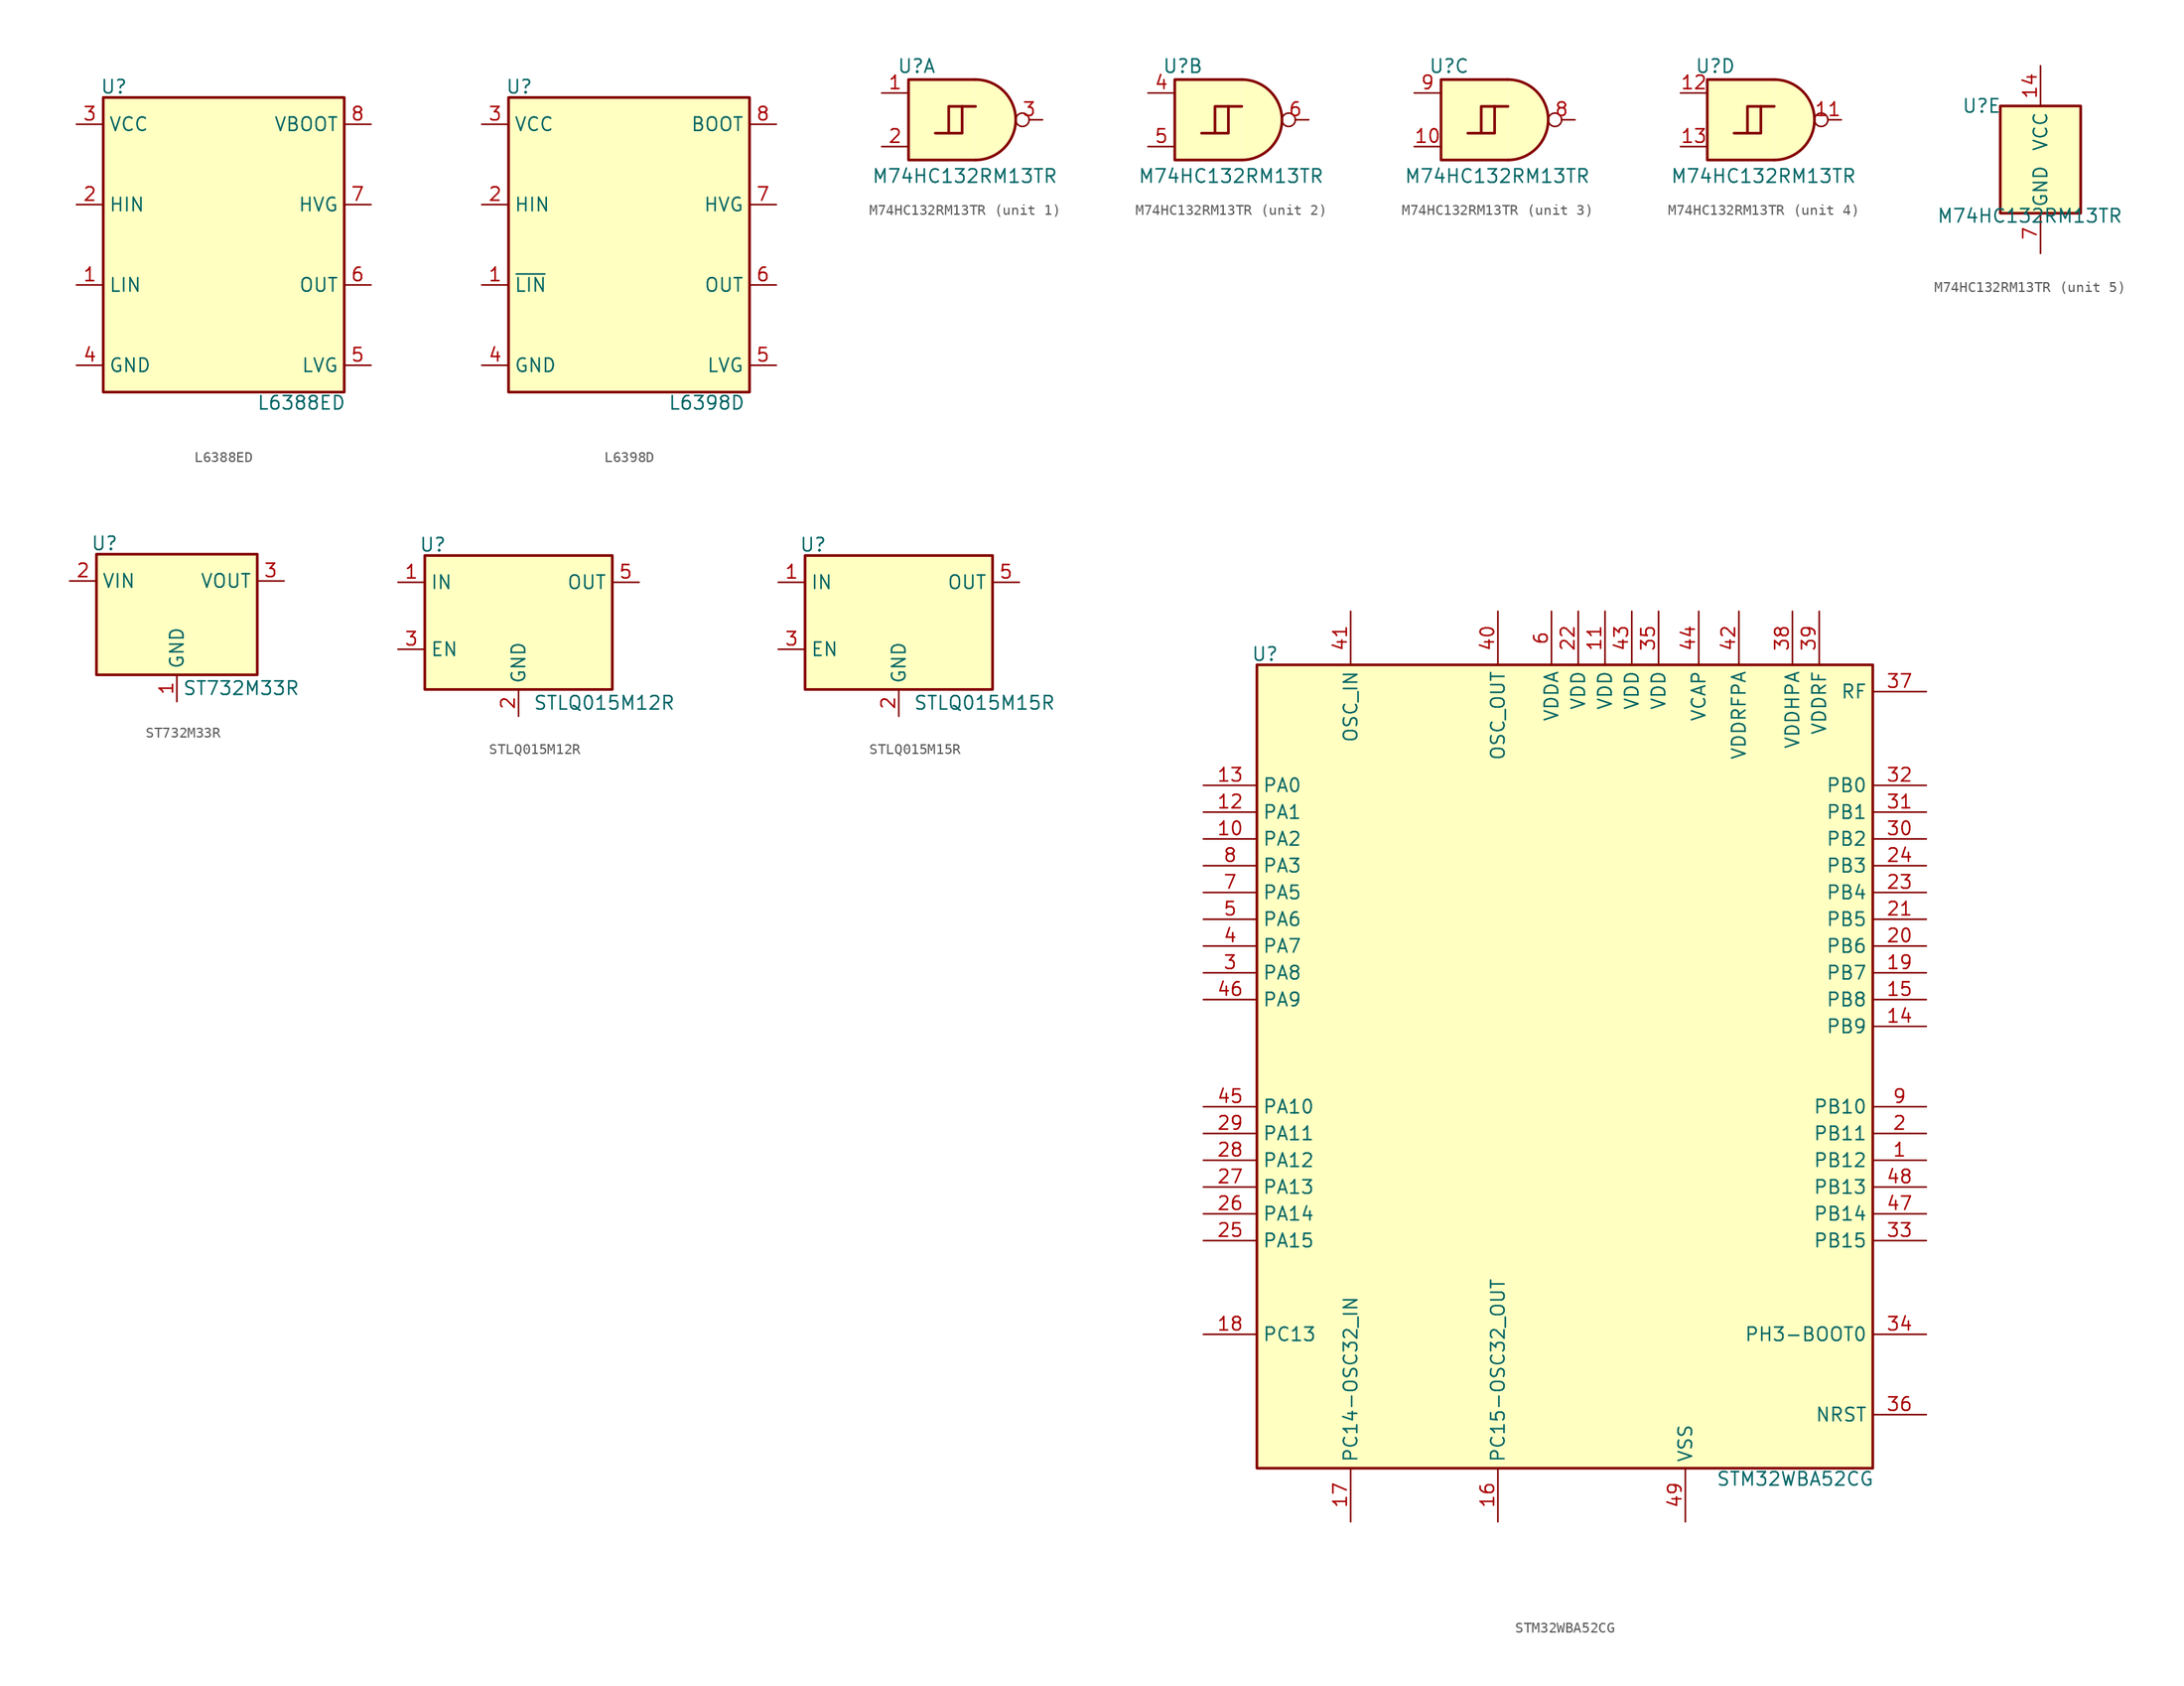
<source format=kicad_sym>
(kicad_symbol_lib
  (version 20241209)
  (generator "kicad_symbol_editor")
  (generator_version "9.0")
  (symbol "L6388ED"
    (property "Reference" "U"
      (at -10.414 14.986 0)
      (effects (font (size 1.27 1.27))))
    (property "Value" "L6388ED"
      (at 7.366 -14.986 0)
      (effects (font (size 1.27 1.27))))
    (symbol "L6388ED_1_1"
      (rectangle (start -11.43 13.97) (end 11.43 -13.97) (stroke (width 0.254) (type default)) (fill (type background)))
      (pin power_in line (at -13.97 11.43 0) (length 2.54) (name "VCC" (effects (font (size 1.27 1.27)))) (number "3" (effects (font (size 1.27 1.27)))))
      (pin input line (at -13.97 3.81 0) (length 2.54) (name "HIN" (effects (font (size 1.27 1.27)))) (number "2" (effects (font (size 1.27 1.27)))))
      (pin input line (at -13.97 -3.81 0) (length 2.54) (name "LIN" (effects (font (size 1.27 1.27)))) (number "1" (effects (font (size 1.27 1.27)))))
      (pin power_in line (at -13.97 -11.43 0) (length 2.54) (name "GND" (effects (font (size 1.27 1.27)))) (number "4" (effects (font (size 1.27 1.27)))))
      (pin passive line (at 13.97 11.43 180) (length 2.54) (name "VBOOT" (effects (font (size 1.27 1.27)))) (number "8" (effects (font (size 1.27 1.27)))))
      (pin output line (at 13.97 3.81 180) (length 2.54) (name "HVG" (effects (font (size 1.27 1.27)))) (number "7" (effects (font (size 1.27 1.27)))))
      (pin passive line (at 13.97 -3.81 180) (length 2.54) (name "OUT" (effects (font (size 1.27 1.27)))) (number "6" (effects (font (size 1.27 1.27)))))
      (pin output line (at 13.97 -11.43 180) (length 2.54) (name "LVG" (effects (font (size 1.27 1.27)))) (number "5" (effects (font (size 1.27 1.27)))))))
  (symbol "L6398D"
    (property "Reference" "U"
      (at -10.414 14.986 0)
      (effects (font (size 1.27 1.27))))
    (property "Value" "L6398D"
      (at 7.366 -14.986 0)
      (effects (font (size 1.27 1.27))))
    (symbol "L6398D_1_1"
      (rectangle (start -11.43 13.97) (end 11.43 -13.97) (stroke (width 0.254) (type default)) (fill (type background)))
      (pin power_in line (at -13.97 11.43 0) (length 2.54) (name "VCC" (effects (font (size 1.27 1.27)))) (number "3" (effects (font (size 1.27 1.27)))))
      (pin input line (at -13.97 3.81 0) (length 2.54) (name "HIN" (effects (font (size 1.27 1.27)))) (number "2" (effects (font (size 1.27 1.27)))))
      (pin input line (at -13.97 -3.81 0) (length 2.54) (name "~{LIN}" (effects (font (size 1.27 1.27)))) (number "1" (effects (font (size 1.27 1.27)))))
      (pin power_in line (at -13.97 -11.43 0) (length 2.54) (name "GND" (effects (font (size 1.27 1.27)))) (number "4" (effects (font (size 1.27 1.27)))))
      (pin passive line (at 13.97 11.43 180) (length 2.54) (name "BOOT" (effects (font (size 1.27 1.27)))) (number "8" (effects (font (size 1.27 1.27)))))
      (pin output line (at 13.97 3.81 180) (length 2.54) (name "HVG" (effects (font (size 1.27 1.27)))) (number "7" (effects (font (size 1.27 1.27)))))
      (pin passive line (at 13.97 -3.81 180) (length 2.54) (name "OUT" (effects (font (size 1.27 1.27)))) (number "6" (effects (font (size 1.27 1.27)))))
      (pin output line (at 13.97 -11.43 180) (length 2.54) (name "LVG" (effects (font (size 1.27 1.27)))) (number "5" (effects (font (size 1.27 1.27)))))))
  (symbol "M74HC132RM13TR"
    (property "Reference" "U"
      (at -5.588 5.08 0)
      (effects (font (size 1.27 1.27))))
    (property "Value" "M74HC132RM13TR"
      (at -1.016 -5.334 0)
      (effects (font (size 1.27 1.27))))
    (property "ki_locked" ""
      (at 0 0 0)
      (effects (font (size 1.27 1.27))))
    (symbol "M74HC132RM13TR_1_1"
      (polyline (pts (xy -3.81 -1.27) (xy -1.27 -1.27) (xy -1.27 1.27)) (stroke (width 0.254) (type default)) (fill (type none)))
      (polyline (pts (xy -2.54 -1.27) (xy -2.54 1.27) (xy 0 1.27)) (stroke (width 0.254) (type default)) (fill (type none)))
      (arc (start 0 3.81) (mid 3.81 0) (end 0 -3.81) (stroke (width 0.254) (type default)) (fill (type background)))
      (polyline (pts (xy 0 -3.81) (xy -6.35 -3.81) (xy -6.35 3.81) (xy 0 3.81)) (stroke (width 0.254) (type default)) (fill (type background)))
      (pin input line (at -8.89 2.54 0) (length 2.54) (name "~" (effects (font (size 1.27 1.27)))) (number "1" (effects (font (size 1.27 1.27)))))
      (pin input line (at -8.89 -2.54 0) (length 2.54) (name "~" (effects (font (size 1.27 1.27)))) (number "2" (effects (font (size 1.27 1.27)))))
      (pin output inverted (at 6.35 0 180) (length 2.54) (name "~" (effects (font (size 1.27 1.27)))) (number "3" (effects (font (size 1.27 1.27))))))
    (symbol "M74HC132RM13TR_2_1"
      (polyline (pts (xy -3.81 -1.27) (xy -1.27 -1.27) (xy -1.27 1.27)) (stroke (width 0.254) (type default)) (fill (type none)))
      (polyline (pts (xy -2.54 -1.27) (xy -2.54 1.27) (xy 0 1.27)) (stroke (width 0.254) (type default)) (fill (type none)))
      (arc (start 0 3.81) (mid 3.81 0) (end 0 -3.81) (stroke (width 0.254) (type default)) (fill (type background)))
      (polyline (pts (xy 0 -3.81) (xy -6.35 -3.81) (xy -6.35 3.81) (xy 0 3.81)) (stroke (width 0.254) (type default)) (fill (type background)))
      (pin input line (at -8.89 2.54 0) (length 2.54) (name "~" (effects (font (size 1.27 1.27)))) (number "4" (effects (font (size 1.27 1.27)))))
      (pin input line (at -8.89 -2.54 0) (length 2.54) (name "~" (effects (font (size 1.27 1.27)))) (number "5" (effects (font (size 1.27 1.27)))))
      (pin output inverted (at 6.35 0 180) (length 2.54) (name "~" (effects (font (size 1.27 1.27)))) (number "6" (effects (font (size 1.27 1.27))))))
    (symbol "M74HC132RM13TR_3_1"
      (polyline (pts (xy -3.81 -1.27) (xy -1.27 -1.27) (xy -1.27 1.27)) (stroke (width 0.254) (type default)) (fill (type none)))
      (polyline (pts (xy -2.54 -1.27) (xy -2.54 1.27) (xy 0 1.27)) (stroke (width 0.254) (type default)) (fill (type none)))
      (arc (start 0 3.81) (mid 3.81 0) (end 0 -3.81) (stroke (width 0.254) (type default)) (fill (type background)))
      (polyline (pts (xy 0 -3.81) (xy -6.35 -3.81) (xy -6.35 3.81) (xy 0 3.81)) (stroke (width 0.254) (type default)) (fill (type background)))
      (pin input line (at -8.89 2.54 0) (length 2.54) (name "~" (effects (font (size 1.27 1.27)))) (number "9" (effects (font (size 1.27 1.27)))))
      (pin input line (at -8.89 -2.54 0) (length 2.54) (name "~" (effects (font (size 1.27 1.27)))) (number "10" (effects (font (size 1.27 1.27)))))
      (pin output inverted (at 6.35 0 180) (length 2.54) (name "~" (effects (font (size 1.27 1.27)))) (number "8" (effects (font (size 1.27 1.27))))))
    (symbol "M74HC132RM13TR_4_1"
      (polyline (pts (xy -3.81 -1.27) (xy -1.27 -1.27) (xy -1.27 1.27)) (stroke (width 0.254) (type default)) (fill (type none)))
      (polyline (pts (xy -2.54 -1.27) (xy -2.54 1.27) (xy 0 1.27)) (stroke (width 0.254) (type default)) (fill (type none)))
      (arc (start 0 3.81) (mid 3.81 0) (end 0 -3.81) (stroke (width 0.254) (type default)) (fill (type background)))
      (polyline (pts (xy 0 -3.81) (xy -6.35 -3.81) (xy -6.35 3.81) (xy 0 3.81)) (stroke (width 0.254) (type default)) (fill (type background)))
      (pin input line (at -8.89 2.54 0) (length 2.54) (name "~" (effects (font (size 1.27 1.27)))) (number "12" (effects (font (size 1.27 1.27)))))
      (pin input line (at -8.89 -2.54 0) (length 2.54) (name "~" (effects (font (size 1.27 1.27)))) (number "13" (effects (font (size 1.27 1.27)))))
      (pin output inverted (at 6.35 0 180) (length 2.54) (name "~" (effects (font (size 1.27 1.27)))) (number "11" (effects (font (size 1.27 1.27))))))
    (symbol "M74HC132RM13TR_5_1"
      (rectangle (start -3.81 5.08) (end 3.81 -5.08) (stroke (width 0.254) (type default)) (fill (type background)))
      (pin power_in line (at 0 8.89 270) (length 3.81) (name "VCC" (effects (font (size 1.27 1.27)))) (number "14" (effects (font (size 1.27 1.27)))))
      (pin power_in line (at 0 -8.89 90) (length 3.81) (name "GND" (effects (font (size 1.27 1.27)))) (number "7" (effects (font (size 1.27 1.27)))))))
  (symbol "ST732M33R"
    (property "Reference" "U"
      (at -6.858 6.096 0)
      (effects (font (size 1.27 1.27))))
    (property "Value" "ST732M33R"
      (at 6.096 -7.62 0)
      (effects (font (size 1.27 1.27))))
    (symbol "ST732M33R_1_1"
      (rectangle (start -7.62 5.08) (end 7.62 -6.35) (stroke (width 0.254) (type default)) (fill (type background)))
      (pin power_in line (at -10.16 2.54 0) (length 2.54) (name "VIN" (effects (font (size 1.27 1.27)))) (number "2" (effects (font (size 1.27 1.27)))))
      (pin no_connect line (at -10.16 -2.54 0) (length 2.54) (hide yes) (name "NC" (effects (font (size 1.27 1.27)))) (number "4" (effects (font (size 1.27 1.27)))))
      (pin no_connect line (at -10.16 -5.08 0) (length 2.54) (hide yes) (name "NC" (effects (font (size 1.27 1.27)))) (number "5" (effects (font (size 1.27 1.27)))))
      (pin power_in line (at 0 -8.89 90) (length 2.54) (name "GND" (effects (font (size 1.27 1.27)))) (number "1" (effects (font (size 1.27 1.27)))))
      (pin power_out line (at 10.16 2.54 180) (length 2.54) (name "VOUT" (effects (font (size 1.27 1.27)))) (number "3" (effects (font (size 1.27 1.27)))))))
  (symbol "STLQ015M12R"
    (property "Reference" "U"
      (at -8.128 3.556 0)
      (effects (font (size 1.27 1.27))))
    (property "Value" "STLQ015M12R"
      (at 8.128 -11.43 0)
      (effects (font (size 1.27 1.27))))
    (symbol "STLQ015M12R_1_1"
      (rectangle (start -8.89 2.54) (end 8.89 -10.16) (stroke (width 0.254) (type solid)) (fill (type background)))
      (pin power_in line (at -11.43 0 0) (length 2.54) (name "IN" (effects (font (size 1.27 1.27)))) (number "1" (effects (font (size 1.27 1.27)))))
      (pin input line (at -11.43 -6.35 0) (length 2.54) (name "EN" (effects (font (size 1.27 1.27)))) (number "3" (effects (font (size 1.27 1.27)))))
      (pin no_connect line (at -2.54 -12.7 90) (length 2.54) (hide yes) (name "NC" (effects (font (size 1.27 1.27)))) (number "4" (effects (font (size 1.27 1.27)))))
      (pin power_in line (at 0 -12.7 90) (length 2.54) (name "GND" (effects (font (size 1.27 1.27)))) (number "2" (effects (font (size 1.27 1.27)))))
      (pin power_out line (at 11.43 0 180) (length 2.54) (name "OUT" (effects (font (size 1.27 1.27)))) (number "5" (effects (font (size 1.27 1.27)))))))
  (symbol "STLQ015M15R"
    (property "Reference" "U"
      (at -8.128 3.556 0)
      (effects (font (size 1.27 1.27))))
    (property "Value" "STLQ015M15R"
      (at 8.128 -11.43 0)
      (effects (font (size 1.27 1.27))))
    (symbol "STLQ015M15R_1_1"
      (rectangle (start -8.89 2.54) (end 8.89 -10.16) (stroke (width 0.254) (type solid)) (fill (type background)))
      (pin power_in line (at -11.43 0 0) (length 2.54) (name "IN" (effects (font (size 1.27 1.27)))) (number "1" (effects (font (size 1.27 1.27)))))
      (pin input line (at -11.43 -6.35 0) (length 2.54) (name "EN" (effects (font (size 1.27 1.27)))) (number "3" (effects (font (size 1.27 1.27)))))
      (pin no_connect line (at -2.54 -12.7 90) (length 2.54) (hide yes) (name "NC" (effects (font (size 1.27 1.27)))) (number "4" (effects (font (size 1.27 1.27)))))
      (pin power_in line (at 0 -12.7 90) (length 2.54) (name "GND" (effects (font (size 1.27 1.27)))) (number "2" (effects (font (size 1.27 1.27)))))
      (pin power_out line (at 11.43 0 180) (length 2.54) (name "OUT" (effects (font (size 1.27 1.27)))) (number "5" (effects (font (size 1.27 1.27)))))))
  (symbol "STM32WBA52CG"
    (property "Reference" "U"
      (at -28.448 42.926 0)
      (effects (font (size 1.27 1.27))))
    (property "Value" "STM32WBA52CG"
      (at 21.844 -35.306 0)
      (effects (font (size 1.27 1.27))))
    (symbol "STM32WBA52CG_0_0"
      (pin passive line (at -34.29 30.48 0) (length 5.08) (name "PA0" (effects (font (size 1.27 1.27)))) (number "13" (effects (font (size 1.27 1.27)))))
      (pin passive line (at -34.29 27.94 0) (length 5.08) (name "PA1" (effects (font (size 1.27 1.27)))) (number "12" (effects (font (size 1.27 1.27)))))
      (pin passive line (at -34.29 25.4 0) (length 5.08) (name "PA2" (effects (font (size 1.27 1.27)))) (number "10" (effects (font (size 1.27 1.27)))))
      (pin passive line (at -34.29 22.86 0) (length 5.08) (name "PA3" (effects (font (size 1.27 1.27)))) (number "8" (effects (font (size 1.27 1.27)))))
      (pin passive line (at -34.29 20.32 0) (length 5.08) (name "PA5" (effects (font (size 1.27 1.27)))) (number "7" (effects (font (size 1.27 1.27)))))
      (pin passive line (at -34.29 17.78 0) (length 5.08) (name "PA6" (effects (font (size 1.27 1.27)))) (number "5" (effects (font (size 1.27 1.27)))))
      (pin passive line (at -34.29 15.24 0) (length 5.08) (name "PA7" (effects (font (size 1.27 1.27)))) (number "4" (effects (font (size 1.27 1.27)))))
      (pin passive line (at -34.29 12.7 0) (length 5.08) (name "PA8" (effects (font (size 1.27 1.27)))) (number "3" (effects (font (size 1.27 1.27)))))
      (pin passive line (at -34.29 10.16 0) (length 5.08) (name "PA9" (effects (font (size 1.27 1.27)))) (number "46" (effects (font (size 1.27 1.27)))))
      (pin passive line (at -34.29 0 0) (length 5.08) (name "PA10" (effects (font (size 1.27 1.27)))) (number "45" (effects (font (size 1.27 1.27)))))
      (pin passive line (at -34.29 -2.54 0) (length 5.08) (name "PA11" (effects (font (size 1.27 1.27)))) (number "29" (effects (font (size 1.27 1.27)))))
      (pin passive line (at -34.29 -5.08 0) (length 5.08) (name "PA12" (effects (font (size 1.27 1.27)))) (number "28" (effects (font (size 1.27 1.27)))))
      (pin passive line (at -34.29 -7.62 0) (length 5.08) (name "PA13" (effects (font (size 1.27 1.27)))) (number "27" (effects (font (size 1.27 1.27)))))
      (pin passive line (at -34.29 -10.16 0) (length 5.08) (name "PA14" (effects (font (size 1.27 1.27)))) (number "26" (effects (font (size 1.27 1.27)))))
      (pin passive line (at -34.29 -12.7 0) (length 5.08) (name "PA15" (effects (font (size 1.27 1.27)))) (number "25" (effects (font (size 1.27 1.27)))))
      (pin passive line (at -34.29 -21.59 0) (length 5.08) (name "PC13" (effects (font (size 1.27 1.27)))) (number "18" (effects (font (size 1.27 1.27)))))
      (pin passive line (at -20.32 46.99 270) (length 5.08) (name "OSC_IN" (effects (font (size 1.27 1.27)))) (number "41" (effects (font (size 1.27 1.27)))))
      (pin passive line (at -20.32 -39.37 90) (length 5.08) (name "PC14-OSC32_IN" (effects (font (size 1.27 1.27)))) (number "17" (effects (font (size 1.27 1.27)))))
      (pin passive line (at -6.35 46.99 270) (length 5.08) (name "OSC_OUT" (effects (font (size 1.27 1.27)))) (number "40" (effects (font (size 1.27 1.27)))))
      (pin passive line (at -6.35 -39.37 90) (length 5.08) (name "PC15-OSC32_OUT" (effects (font (size 1.27 1.27)))) (number "16" (effects (font (size 1.27 1.27)))))
      (pin passive line (at 12.7 46.99 270) (length 5.08) (name "VCAP" (effects (font (size 1.27 1.27)))) (number "44" (effects (font (size 1.27 1.27)))))
      (pin passive line (at 34.29 39.37 180) (length 5.08) (name "RF" (effects (font (size 1.27 1.27)))) (number "37" (effects (font (size 1.27 1.27)))))
      (pin passive line (at 34.29 30.48 180) (length 5.08) (name "PB0" (effects (font (size 1.27 1.27)))) (number "32" (effects (font (size 1.27 1.27)))))
      (pin passive line (at 34.29 27.94 180) (length 5.08) (name "PB1" (effects (font (size 1.27 1.27)))) (number "31" (effects (font (size 1.27 1.27)))))
      (pin passive line (at 34.29 25.4 180) (length 5.08) (name "PB2" (effects (font (size 1.27 1.27)))) (number "30" (effects (font (size 1.27 1.27)))))
      (pin passive line (at 34.29 22.86 180) (length 5.08) (name "PB3" (effects (font (size 1.27 1.27)))) (number "24" (effects (font (size 1.27 1.27)))))
      (pin passive line (at 34.29 20.32 180) (length 5.08) (name "PB4" (effects (font (size 1.27 1.27)))) (number "23" (effects (font (size 1.27 1.27)))))
      (pin passive line (at 34.29 17.78 180) (length 5.08) (name "PB5" (effects (font (size 1.27 1.27)))) (number "21" (effects (font (size 1.27 1.27)))))
      (pin passive line (at 34.29 15.24 180) (length 5.08) (name "PB6" (effects (font (size 1.27 1.27)))) (number "20" (effects (font (size 1.27 1.27)))))
      (pin passive line (at 34.29 12.7 180) (length 5.08) (name "PB7" (effects (font (size 1.27 1.27)))) (number "19" (effects (font (size 1.27 1.27)))))
      (pin passive line (at 34.29 10.16 180) (length 5.08) (name "PB8" (effects (font (size 1.27 1.27)))) (number "15" (effects (font (size 1.27 1.27)))))
      (pin passive line (at 34.29 7.62 180) (length 5.08) (name "PB9" (effects (font (size 1.27 1.27)))) (number "14" (effects (font (size 1.27 1.27)))))
      (pin passive line (at 34.29 0 180) (length 5.08) (name "PB10" (effects (font (size 1.27 1.27)))) (number "9" (effects (font (size 1.27 1.27)))))
      (pin passive line (at 34.29 -2.54 180) (length 5.08) (name "PB11" (effects (font (size 1.27 1.27)))) (number "2" (effects (font (size 1.27 1.27)))))
      (pin passive line (at 34.29 -5.08 180) (length 5.08) (name "PB12" (effects (font (size 1.27 1.27)))) (number "1" (effects (font (size 1.27 1.27)))))
      (pin passive line (at 34.29 -7.62 180) (length 5.08) (name "PB13" (effects (font (size 1.27 1.27)))) (number "48" (effects (font (size 1.27 1.27)))))
      (pin passive line (at 34.29 -10.16 180) (length 5.08) (name "PB14" (effects (font (size 1.27 1.27)))) (number "47" (effects (font (size 1.27 1.27)))))
      (pin passive line (at 34.29 -12.7 180) (length 5.08) (name "PB15" (effects (font (size 1.27 1.27)))) (number "33" (effects (font (size 1.27 1.27)))))
      (pin passive line (at 34.29 -21.59 180) (length 5.08) (name "PH3-BOOT0" (effects (font (size 1.27 1.27)))) (number "34" (effects (font (size 1.27 1.27)))))
      (pin passive line (at 34.29 -29.21 180) (length 5.08) (name "NRST" (effects (font (size 1.27 1.27)))) (number "36" (effects (font (size 1.27 1.27))))))
    (symbol "STM32WBA52CG_1_0"
      (pin power_in line (at -1.27 46.99 270) (length 5.08) (name "VDDA" (effects (font (size 1.27 1.27)))) (number "6" (effects (font (size 1.27 1.27)))))
      (pin power_in line (at 1.27 46.99 270) (length 5.08) (name "VDD" (effects (font (size 1.27 1.27)))) (number "22" (effects (font (size 1.27 1.27)))))
      (pin passive line (at 3.81 46.99 270) (length 5.08) (name "VDD" (effects (font (size 1.27 1.27)))) (number "11" (effects (font (size 1.27 1.27)))))
      (pin power_in line (at 6.35 46.99 270) (length 5.08) (name "VDD" (effects (font (size 1.27 1.27)))) (number "43" (effects (font (size 1.27 1.27)))))
      (pin power_in line (at 8.89 46.99 270) (length 5.08) (name "VDD" (effects (font (size 1.27 1.27)))) (number "35" (effects (font (size 1.27 1.27)))))
      (pin power_in line (at 11.43 -39.37 90) (length 5.08) (name "VSS" (effects (font (size 1.27 1.27)))) (number "49" (effects (font (size 1.27 1.27)))))
      (pin power_in line (at 16.51 46.99 270) (length 5.08) (name "VDDRFPA" (effects (font (size 1.27 1.27)))) (number "42" (effects (font (size 1.27 1.27)))))
      (pin power_in line (at 21.59 46.99 270) (length 5.08) (name "VDDHPA" (effects (font (size 1.27 1.27)))) (number "38" (effects (font (size 1.27 1.27)))))
      (pin power_in line (at 24.13 46.99 270) (length 5.08) (name "VDDRF" (effects (font (size 1.27 1.27)))) (number "39" (effects (font (size 1.27 1.27))))))
    (symbol "STM32WBA52CG_1_1"
      (rectangle (start -29.21 41.91) (end 29.21 -34.29) (stroke (width 0.254) (type solid)) (fill (type background))))))
</source>
